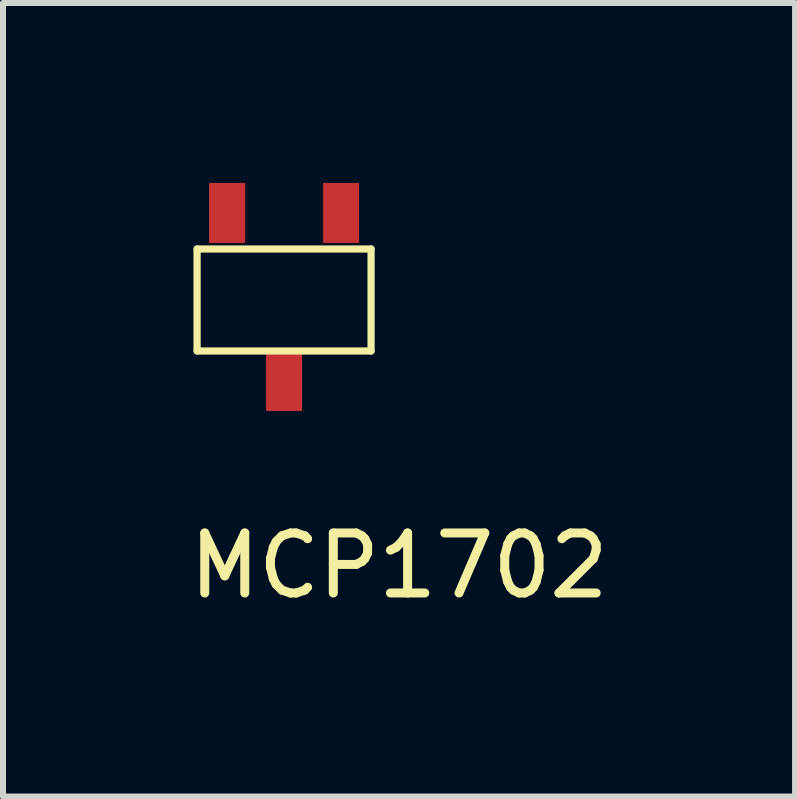
<source format=kicad_pcb>
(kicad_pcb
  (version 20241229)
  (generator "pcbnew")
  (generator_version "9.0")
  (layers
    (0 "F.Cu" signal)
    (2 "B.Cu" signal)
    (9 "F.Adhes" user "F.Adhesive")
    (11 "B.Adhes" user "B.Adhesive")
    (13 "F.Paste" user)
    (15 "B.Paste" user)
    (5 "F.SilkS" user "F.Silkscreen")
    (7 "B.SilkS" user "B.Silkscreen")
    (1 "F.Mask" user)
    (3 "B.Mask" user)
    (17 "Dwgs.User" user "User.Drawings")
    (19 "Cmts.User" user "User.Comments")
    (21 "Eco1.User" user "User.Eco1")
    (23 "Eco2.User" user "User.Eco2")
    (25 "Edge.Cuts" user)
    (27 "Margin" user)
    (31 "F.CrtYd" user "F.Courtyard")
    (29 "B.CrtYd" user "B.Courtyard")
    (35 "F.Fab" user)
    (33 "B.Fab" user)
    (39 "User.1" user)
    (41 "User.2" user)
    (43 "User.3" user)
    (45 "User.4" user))
  (footprint "MCP1702"
    (layer "F.Cu")
    (at 1.584 1.959)
    (property "Reference" "MCP1702" (at 2.017 4.42 0) (layer "F.SilkS") (effects (font (size 1 1) (thickness 0.15))))
    (attr through_hole)
    (fp_line (start -1.349 -0.859) (end 1.551 -0.859) (stroke (width 0.12) (type solid)) (layer "F.SilkS"))
    (fp_line (start -1.349 0.841) (end -1.349 -0.859) (stroke (width 0.12) (type solid)) (layer "F.SilkS"))
    (fp_line (start -1.349 0.841) (end 1.551 0.841) (stroke (width 0.12) (type solid)) (layer "F.SilkS"))
    (fp_line (start 1.551 0.841) (end 1.551 -0.859) (stroke (width 0.12) (type solid)) (layer "F.SilkS"))
    (pad "1" smd rect (at -0.849 -1.459 180) (size 0.6 1) (layers "F.Cu" "F.Mask" "F.Paste"))
    (pad "2" smd rect (at 1.051 -1.459 180) (size 0.6 1) (layers "F.Cu" "F.Mask" "F.Paste"))
    (pad "3" smd rect (at 0.101 1.341 180) (size 0.6 1) (layers "F.Cu" "F.Mask" "F.Paste")))
  (gr_rect
    (start -3 -3)
    (end 10.202 10.227)
    (stroke (width 0.1) (type default))
    (fill no)
    (layer "Edge.Cuts")))
</source>
